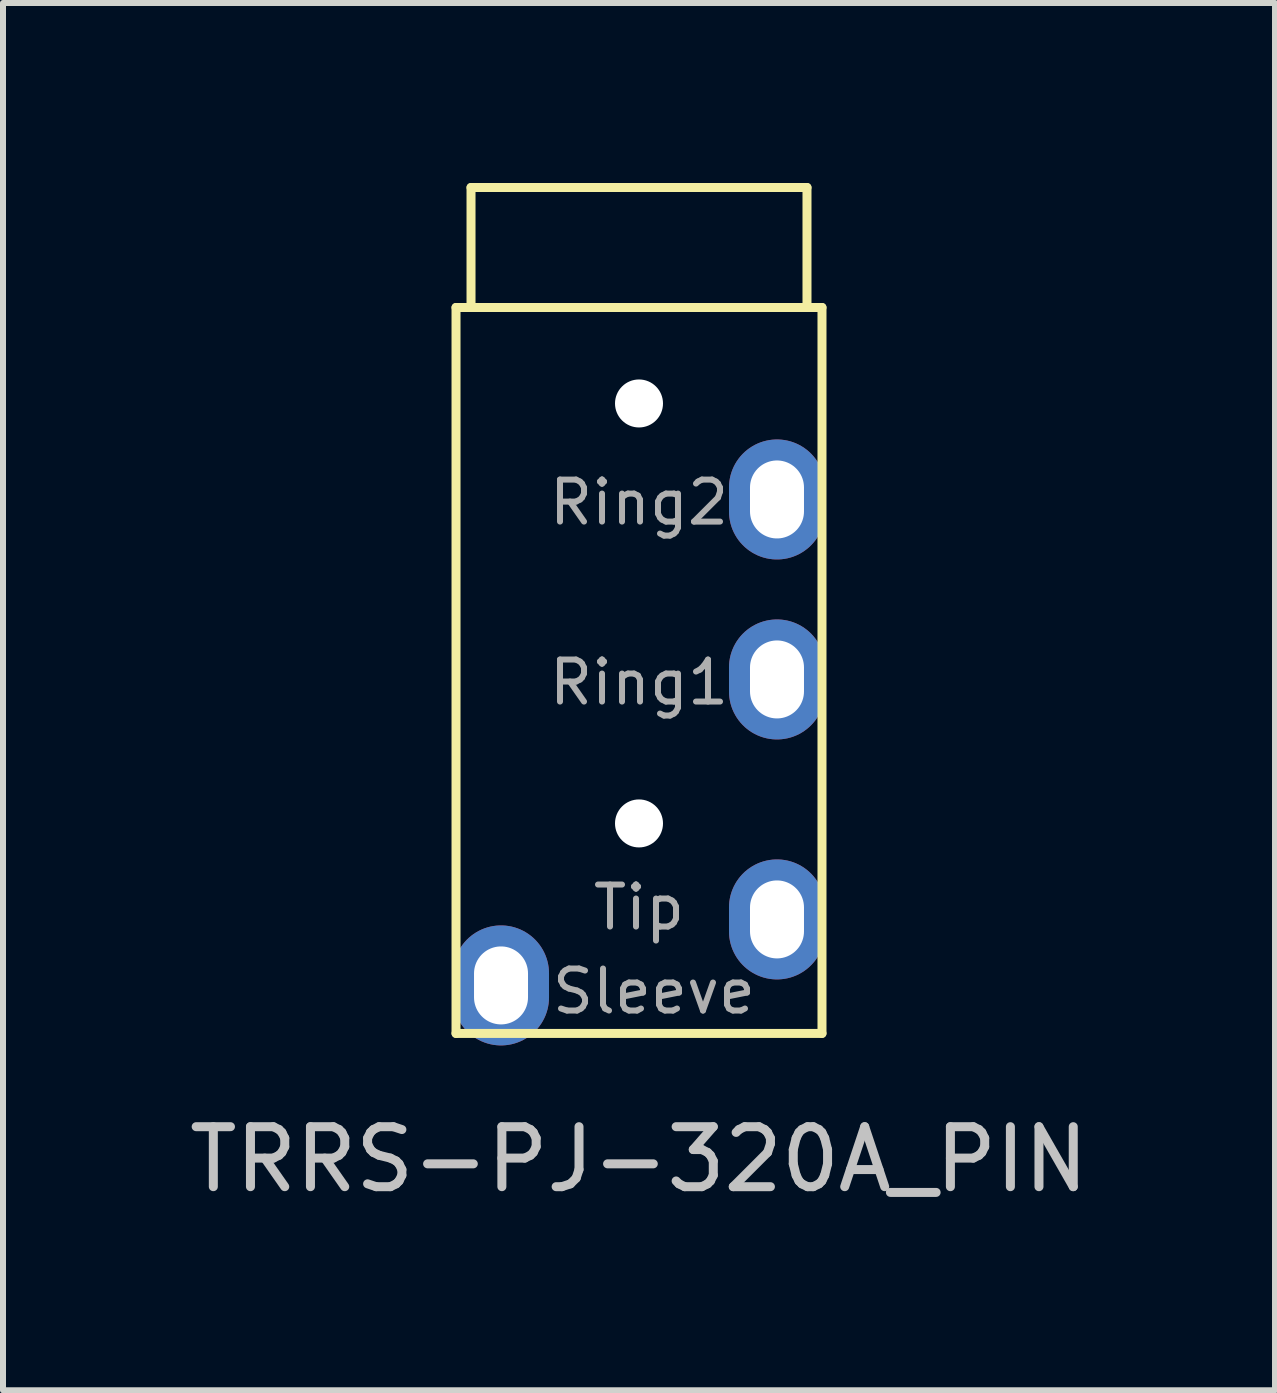
<source format=kicad_pcb>
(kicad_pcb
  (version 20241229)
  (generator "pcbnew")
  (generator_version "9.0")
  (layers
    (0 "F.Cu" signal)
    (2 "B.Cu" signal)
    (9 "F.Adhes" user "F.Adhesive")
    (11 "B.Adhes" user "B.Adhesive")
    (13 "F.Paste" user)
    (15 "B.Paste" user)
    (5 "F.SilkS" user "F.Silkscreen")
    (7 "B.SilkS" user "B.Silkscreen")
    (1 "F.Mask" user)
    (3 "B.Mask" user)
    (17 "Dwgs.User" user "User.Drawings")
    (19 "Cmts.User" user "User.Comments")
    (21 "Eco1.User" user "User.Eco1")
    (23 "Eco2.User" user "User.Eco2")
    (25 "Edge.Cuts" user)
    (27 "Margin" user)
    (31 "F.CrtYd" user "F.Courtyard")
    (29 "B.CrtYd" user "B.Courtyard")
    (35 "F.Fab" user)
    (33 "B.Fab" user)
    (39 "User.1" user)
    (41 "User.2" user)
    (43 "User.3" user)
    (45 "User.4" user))
  (footprint "TRRS-PJ-320A_PIN"
    (layer "F.Cu")
    (at 7.601 2.075)
    (property "Reference" "TRRS-PJ-320A_PIN" (at 0 14.2 0) (layer "Dwgs.User") (effects (font (size 1 1) (thickness 0.15))))
    (attr through_hole)
    (fp_line (start -3.05 0) (end -3.05 12.1) (stroke (width 0.15) (type solid)) (layer "F.SilkS"))
    (fp_line (start -2.8 0) (end -2.8 -2) (stroke (width 0.15) (type solid)) (layer "F.SilkS"))
    (fp_line (start 2.8 -2) (end -2.8 -2) (stroke (width 0.15) (type solid)) (layer "F.SilkS"))
    (fp_line (start 2.8 0) (end 2.8 -2) (stroke (width 0.15) (type solid)) (layer "F.SilkS"))
    (fp_line (start 3.05 0) (end -3.05 0) (stroke (width 0.15) (type solid)) (layer "F.SilkS"))
    (fp_line (start 3.05 0) (end 3.05 12.1) (stroke (width 0.15) (type solid)) (layer "F.SilkS"))
    (fp_line (start 3.05 12.1) (end -3.05 12.1) (stroke (width 0.15) (type solid)) (layer "F.SilkS"))
    (fp_text user "Sleeve" (at 0.25 11.4 0) (layer "F.Fab") (effects (font (size 0.7 0.7) (thickness 0.1))))
    (fp_text user "Tip" (at 0 10 0) (layer "F.Fab") (effects (font (size 0.7 0.7) (thickness 0.1))))
    (fp_text user "Ring2" (at 0 3.25 0) (layer "F.Fab") (effects (font (size 0.7 0.7) (thickness 0.1))))
    (fp_text user "Ring1" (at 0 6.25 0) (layer "F.Fab") (effects (font (size 0.7 0.7) (thickness 0.1))))
    (pad "" np_thru_hole circle (at 0 1.6) (size 0.8 0.8) (drill 0.8) (layers "*.Cu" "*.Mask"))
    (pad "" np_thru_hole circle (at 0 8.6) (size 0.8 0.8) (drill 0.8) (layers "*.Cu" "*.Mask"))
    (pad "R1" thru_hole oval (at 2.3 6.2) (size 1.6 2) (drill oval 0.9 1.3) (layers "*.Cu" "*.Mask"))
    (pad "R2" thru_hole oval (at 2.3 3.2) (size 1.6 2) (drill oval 0.9 1.3) (layers "*.Cu" "*.Mask"))
    (pad "S" thru_hole oval (at -2.3 11.3) (size 1.6 2) (drill oval 0.9 1.3) (layers "*.Cu" "*.Mask"))
    (pad "T" thru_hole oval (at 2.3 10.2) (size 1.6 2) (drill oval 0.9 1.3) (layers "*.Cu" "*.Mask")))
  (gr_rect
    (start -3 -3)
    (end 18.202 20.123)
    (stroke (width 0.1) (type default))
    (fill no)
    (layer "Edge.Cuts")))
</source>
